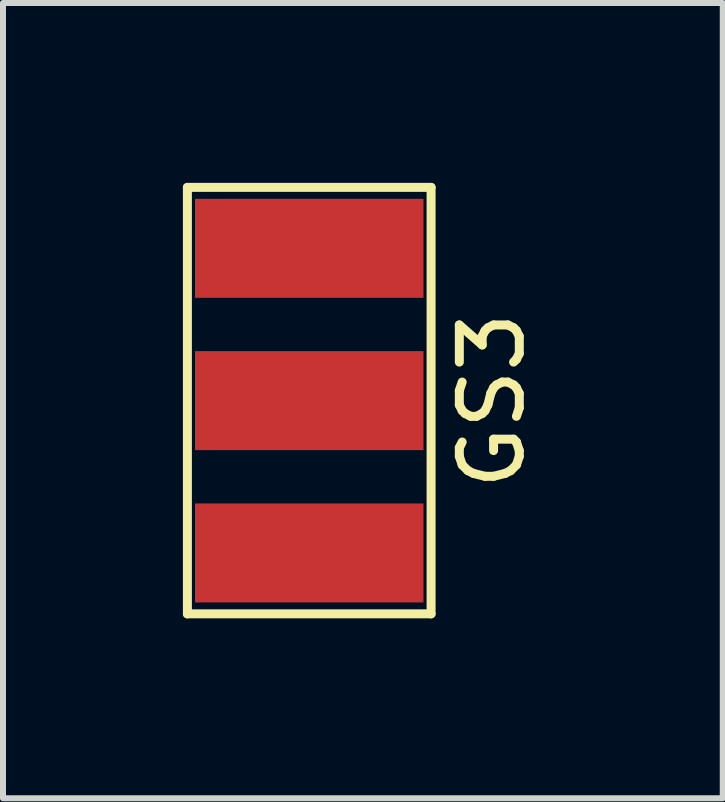
<source format=kicad_pcb>
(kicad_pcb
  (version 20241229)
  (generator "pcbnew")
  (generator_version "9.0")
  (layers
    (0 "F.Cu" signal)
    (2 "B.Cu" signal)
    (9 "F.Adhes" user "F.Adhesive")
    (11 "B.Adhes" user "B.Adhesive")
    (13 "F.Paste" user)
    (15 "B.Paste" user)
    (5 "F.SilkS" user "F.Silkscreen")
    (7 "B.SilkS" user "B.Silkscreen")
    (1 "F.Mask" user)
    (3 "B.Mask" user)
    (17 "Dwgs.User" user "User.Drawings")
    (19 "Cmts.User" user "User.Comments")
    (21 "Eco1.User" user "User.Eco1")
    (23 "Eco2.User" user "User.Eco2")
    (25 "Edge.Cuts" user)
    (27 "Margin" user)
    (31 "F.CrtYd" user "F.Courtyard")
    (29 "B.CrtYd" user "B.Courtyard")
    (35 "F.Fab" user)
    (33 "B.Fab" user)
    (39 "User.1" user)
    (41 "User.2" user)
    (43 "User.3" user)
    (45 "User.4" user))
  (footprint "GS3"
    (placed yes)
    (layer "F.Cu")
    (at 2.107 3.631)
    (property "Reference" "GS3" (at 3.048 0 90) (layer "F.SilkS") (effects (font (size 1 1) (thickness 0.15))))
    (attr exclude_from_pos_files exclude_from_bom)
    (fp_line (start -2.032 -3.556) (end 2.032 -3.556) (stroke (width 0.15) (type solid)) (layer "F.SilkS"))
    (fp_line (start -2.032 3.556) (end -2.032 -3.556) (stroke (width 0.15) (type solid)) (layer "F.SilkS"))
    (fp_line (start 2.032 -3.556) (end 2.032 3.556) (stroke (width 0.15) (type solid)) (layer "F.SilkS"))
    (fp_line (start 2.032 3.556) (end -2.032 3.556) (stroke (width 0.15) (type solid)) (layer "F.SilkS"))
    (pad "1" smd rect (at 0 -2.54) (size 3.81 1.651) (layers "F.Cu" "F.Mask" "F.Paste"))
    (pad "2" smd rect (at 0 0) (size 3.81 1.651) (layers "F.Cu" "F.Mask" "F.Paste"))
    (pad "3" smd rect (at 0 2.54) (size 3.81 1.651) (layers "F.Cu" "F.Mask" "F.Paste")))
  (gr_rect
    (start -3 -3)
    (end 9.003 10.262)
    (stroke (width 0.1) (type default))
    (fill no)
    (layer "Edge.Cuts")))
</source>
